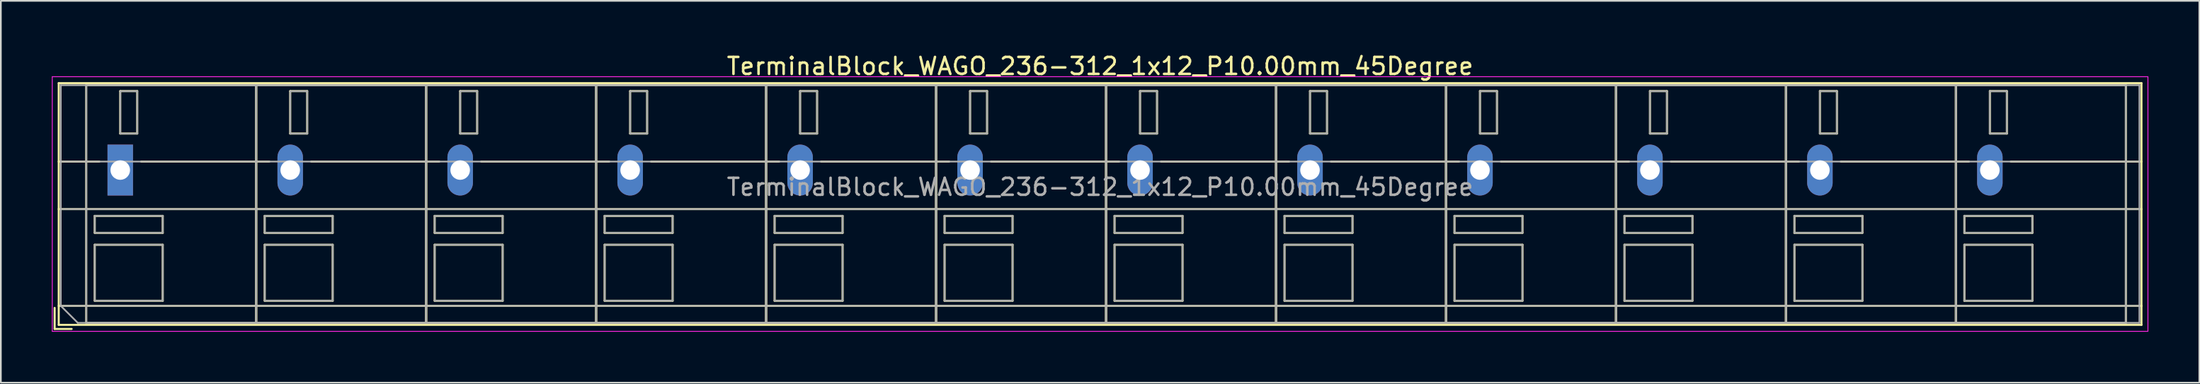
<source format=kicad_pcb>
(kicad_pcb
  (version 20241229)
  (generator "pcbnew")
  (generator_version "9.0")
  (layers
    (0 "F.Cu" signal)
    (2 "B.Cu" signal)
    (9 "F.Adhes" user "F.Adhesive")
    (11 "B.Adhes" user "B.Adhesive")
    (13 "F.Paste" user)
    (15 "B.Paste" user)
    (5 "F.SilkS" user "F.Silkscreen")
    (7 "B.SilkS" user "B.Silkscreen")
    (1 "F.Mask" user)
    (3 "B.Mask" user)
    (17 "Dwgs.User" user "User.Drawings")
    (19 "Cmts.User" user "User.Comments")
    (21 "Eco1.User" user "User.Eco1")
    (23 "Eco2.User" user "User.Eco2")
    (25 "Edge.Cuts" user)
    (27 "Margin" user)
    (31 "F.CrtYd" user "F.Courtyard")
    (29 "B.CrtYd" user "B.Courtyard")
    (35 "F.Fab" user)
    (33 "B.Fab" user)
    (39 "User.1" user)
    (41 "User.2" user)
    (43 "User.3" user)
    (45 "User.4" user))
  (footprint "TerminalBlock_WAGO_236-312_1x12_P10.00mm_45Degree"
    (layer "F.Cu")
    (at 4.025 6.968)
    (property "Reference" "TerminalBlock_WAGO_236-312_1x12_P10.00mm_45Degree" (at 57.65 -6.12 0) (layer "F.SilkS") (effects (font (size 1 1) (thickness 0.15))))
    (attr through_hole)
    (fp_line (start -3.86 8.12) (end -3.86 9.36) (stroke (width 0.12) (type solid)) (layer "F.SilkS"))
    (fp_line (start -3.86 9.36) (end -2.86 9.36) (stroke (width 0.12) (type solid)) (layer "F.SilkS"))
    (fp_line (start -3.62 -5.12) (end -3.62 9.12) (stroke (width 0.12) (type solid)) (layer "F.SilkS"))
    (fp_line (start -3.62 -5.12) (end 118.92 -5.12) (stroke (width 0.12) (type solid)) (layer "F.SilkS"))
    (fp_line (start -3.62 -0.5) (end -1.23 -0.5) (stroke (width 0.12) (type solid)) (layer "F.SilkS"))
    (fp_line (start -3.62 2.3) (end 118.92 2.3) (stroke (width 0.12) (type solid)) (layer "F.SilkS"))
    (fp_line (start -3.62 8) (end 118.92 8) (stroke (width 0.12) (type solid)) (layer "F.SilkS"))
    (fp_line (start -3.62 9.12) (end 118.92 9.12) (stroke (width 0.12) (type solid)) (layer "F.SilkS"))
    (fp_line (start -2 -5) (end -2 9) (stroke (width 0.12) (type solid)) (layer "F.SilkS"))
    (fp_line (start -2 -5) (end 8 -5) (stroke (width 0.12) (type solid)) (layer "F.SilkS"))
    (fp_line (start -2 9) (end 8 9) (stroke (width 0.12) (type solid)) (layer "F.SilkS"))
    (fp_line (start -1.5 2.7) (end -1.5 3.7) (stroke (width 0.12) (type solid)) (layer "F.SilkS"))
    (fp_line (start -1.5 2.7) (end 2.5 2.7) (stroke (width 0.12) (type solid)) (layer "F.SilkS"))
    (fp_line (start -1.5 3.7) (end 2.5 3.7) (stroke (width 0.12) (type solid)) (layer "F.SilkS"))
    (fp_line (start -1.5 4.4) (end -1.5 7.7) (stroke (width 0.12) (type solid)) (layer "F.SilkS"))
    (fp_line (start -1.5 4.4) (end 2.5 4.4) (stroke (width 0.12) (type solid)) (layer "F.SilkS"))
    (fp_line (start -1.5 7.7) (end 2.5 7.7) (stroke (width 0.12) (type solid)) (layer "F.SilkS"))
    (fp_line (start 0 -4.65) (end 0 -2.151) (stroke (width 0.12) (type solid)) (layer "F.SilkS"))
    (fp_line (start 0 -4.65) (end 1 -4.65) (stroke (width 0.12) (type solid)) (layer "F.SilkS"))
    (fp_line (start 0 -2.151) (end 1 -2.151) (stroke (width 0.12) (type solid)) (layer "F.SilkS"))
    (fp_line (start 1 -4.65) (end 1 -2.151) (stroke (width 0.12) (type solid)) (layer "F.SilkS"))
    (fp_line (start 1.23 -0.5) (end 8.77 -0.5) (stroke (width 0.12) (type solid)) (layer "F.SilkS"))
    (fp_line (start 2.5 2.7) (end 2.5 3.7) (stroke (width 0.12) (type solid)) (layer "F.SilkS"))
    (fp_line (start 2.5 4.4) (end 2.5 7.7) (stroke (width 0.12) (type solid)) (layer "F.SilkS"))
    (fp_line (start 8 -5) (end 8 9) (stroke (width 0.12) (type solid)) (layer "F.SilkS"))
    (fp_line (start 8 -5) (end 8 9) (stroke (width 0.12) (type solid)) (layer "F.SilkS"))
    (fp_line (start 8 -5) (end 18 -5) (stroke (width 0.12) (type solid)) (layer "F.SilkS"))
    (fp_line (start 8 9) (end 18 9) (stroke (width 0.12) (type solid)) (layer "F.SilkS"))
    (fp_line (start 8.5 2.7) (end 8.5 3.7) (stroke (width 0.12) (type solid)) (layer "F.SilkS"))
    (fp_line (start 8.5 2.7) (end 12.5 2.7) (stroke (width 0.12) (type solid)) (layer "F.SilkS"))
    (fp_line (start 8.5 3.7) (end 12.5 3.7) (stroke (width 0.12) (type solid)) (layer "F.SilkS"))
    (fp_line (start 8.5 4.4) (end 8.5 7.7) (stroke (width 0.12) (type solid)) (layer "F.SilkS"))
    (fp_line (start 8.5 4.4) (end 12.5 4.4) (stroke (width 0.12) (type solid)) (layer "F.SilkS"))
    (fp_line (start 8.5 7.7) (end 12.5 7.7) (stroke (width 0.12) (type solid)) (layer "F.SilkS"))
    (fp_line (start 10 -4.65) (end 10 -2.151) (stroke (width 0.12) (type solid)) (layer "F.SilkS"))
    (fp_line (start 10 -4.65) (end 11 -4.65) (stroke (width 0.12) (type solid)) (layer "F.SilkS"))
    (fp_line (start 10 -2.151) (end 11 -2.151) (stroke (width 0.12) (type solid)) (layer "F.SilkS"))
    (fp_line (start 11 -4.65) (end 11 -2.151) (stroke (width 0.12) (type solid)) (layer "F.SilkS"))
    (fp_line (start 11.23 -0.5) (end 18.77 -0.5) (stroke (width 0.12) (type solid)) (layer "F.SilkS"))
    (fp_line (start 12.5 2.7) (end 12.5 3.7) (stroke (width 0.12) (type solid)) (layer "F.SilkS"))
    (fp_line (start 12.5 4.4) (end 12.5 7.7) (stroke (width 0.12) (type solid)) (layer "F.SilkS"))
    (fp_line (start 18 -5) (end 18 9) (stroke (width 0.12) (type solid)) (layer "F.SilkS"))
    (fp_line (start 18 -5) (end 18 9) (stroke (width 0.12) (type solid)) (layer "F.SilkS"))
    (fp_line (start 18 -5) (end 28 -5) (stroke (width 0.12) (type solid)) (layer "F.SilkS"))
    (fp_line (start 18 9) (end 28 9) (stroke (width 0.12) (type solid)) (layer "F.SilkS"))
    (fp_line (start 18.5 2.7) (end 18.5 3.7) (stroke (width 0.12) (type solid)) (layer "F.SilkS"))
    (fp_line (start 18.5 2.7) (end 22.5 2.7) (stroke (width 0.12) (type solid)) (layer "F.SilkS"))
    (fp_line (start 18.5 3.7) (end 22.5 3.7) (stroke (width 0.12) (type solid)) (layer "F.SilkS"))
    (fp_line (start 18.5 4.4) (end 18.5 7.7) (stroke (width 0.12) (type solid)) (layer "F.SilkS"))
    (fp_line (start 18.5 4.4) (end 22.5 4.4) (stroke (width 0.12) (type solid)) (layer "F.SilkS"))
    (fp_line (start 18.5 7.7) (end 22.5 7.7) (stroke (width 0.12) (type solid)) (layer "F.SilkS"))
    (fp_line (start 20 -4.65) (end 20 -2.151) (stroke (width 0.12) (type solid)) (layer "F.SilkS"))
    (fp_line (start 20 -4.65) (end 21 -4.65) (stroke (width 0.12) (type solid)) (layer "F.SilkS"))
    (fp_line (start 20 -2.151) (end 21 -2.151) (stroke (width 0.12) (type solid)) (layer "F.SilkS"))
    (fp_line (start 21 -4.65) (end 21 -2.151) (stroke (width 0.12) (type solid)) (layer "F.SilkS"))
    (fp_line (start 21.23 -0.5) (end 28.77 -0.5) (stroke (width 0.12) (type solid)) (layer "F.SilkS"))
    (fp_line (start 22.5 2.7) (end 22.5 3.7) (stroke (width 0.12) (type solid)) (layer "F.SilkS"))
    (fp_line (start 22.5 4.4) (end 22.5 7.7) (stroke (width 0.12) (type solid)) (layer "F.SilkS"))
    (fp_line (start 28 -5) (end 28 9) (stroke (width 0.12) (type solid)) (layer "F.SilkS"))
    (fp_line (start 28 -5) (end 28 9) (stroke (width 0.12) (type solid)) (layer "F.SilkS"))
    (fp_line (start 28 -5) (end 38 -5) (stroke (width 0.12) (type solid)) (layer "F.SilkS"))
    (fp_line (start 28 9) (end 38 9) (stroke (width 0.12) (type solid)) (layer "F.SilkS"))
    (fp_line (start 28.5 2.7) (end 28.5 3.7) (stroke (width 0.12) (type solid)) (layer "F.SilkS"))
    (fp_line (start 28.5 2.7) (end 32.5 2.7) (stroke (width 0.12) (type solid)) (layer "F.SilkS"))
    (fp_line (start 28.5 3.7) (end 32.5 3.7) (stroke (width 0.12) (type solid)) (layer "F.SilkS"))
    (fp_line (start 28.5 4.4) (end 28.5 7.7) (stroke (width 0.12) (type solid)) (layer "F.SilkS"))
    (fp_line (start 28.5 4.4) (end 32.5 4.4) (stroke (width 0.12) (type solid)) (layer "F.SilkS"))
    (fp_line (start 28.5 7.7) (end 32.5 7.7) (stroke (width 0.12) (type solid)) (layer "F.SilkS"))
    (fp_line (start 30 -4.65) (end 30 -2.151) (stroke (width 0.12) (type solid)) (layer "F.SilkS"))
    (fp_line (start 30 -4.65) (end 31 -4.65) (stroke (width 0.12) (type solid)) (layer "F.SilkS"))
    (fp_line (start 30 -2.151) (end 31 -2.151) (stroke (width 0.12) (type solid)) (layer "F.SilkS"))
    (fp_line (start 31 -4.65) (end 31 -2.151) (stroke (width 0.12) (type solid)) (layer "F.SilkS"))
    (fp_line (start 31.23 -0.5) (end 38.77 -0.5) (stroke (width 0.12) (type solid)) (layer "F.SilkS"))
    (fp_line (start 32.5 2.7) (end 32.5 3.7) (stroke (width 0.12) (type solid)) (layer "F.SilkS"))
    (fp_line (start 32.5 4.4) (end 32.5 7.7) (stroke (width 0.12) (type solid)) (layer "F.SilkS"))
    (fp_line (start 38 -5) (end 38 9) (stroke (width 0.12) (type solid)) (layer "F.SilkS"))
    (fp_line (start 38 -5) (end 38 9) (stroke (width 0.12) (type solid)) (layer "F.SilkS"))
    (fp_line (start 38 -5) (end 48 -5) (stroke (width 0.12) (type solid)) (layer "F.SilkS"))
    (fp_line (start 38 9) (end 48 9) (stroke (width 0.12) (type solid)) (layer "F.SilkS"))
    (fp_line (start 38.5 2.7) (end 38.5 3.7) (stroke (width 0.12) (type solid)) (layer "F.SilkS"))
    (fp_line (start 38.5 2.7) (end 42.5 2.7) (stroke (width 0.12) (type solid)) (layer "F.SilkS"))
    (fp_line (start 38.5 3.7) (end 42.5 3.7) (stroke (width 0.12) (type solid)) (layer "F.SilkS"))
    (fp_line (start 38.5 4.4) (end 38.5 7.7) (stroke (width 0.12) (type solid)) (layer "F.SilkS"))
    (fp_line (start 38.5 4.4) (end 42.5 4.4) (stroke (width 0.12) (type solid)) (layer "F.SilkS"))
    (fp_line (start 38.5 7.7) (end 42.5 7.7) (stroke (width 0.12) (type solid)) (layer "F.SilkS"))
    (fp_line (start 40 -4.65) (end 40 -2.151) (stroke (width 0.12) (type solid)) (layer "F.SilkS"))
    (fp_line (start 40 -4.65) (end 41 -4.65) (stroke (width 0.12) (type solid)) (layer "F.SilkS"))
    (fp_line (start 40 -2.151) (end 41 -2.151) (stroke (width 0.12) (type solid)) (layer "F.SilkS"))
    (fp_line (start 41 -4.65) (end 41 -2.151) (stroke (width 0.12) (type solid)) (layer "F.SilkS"))
    (fp_line (start 41.23 -0.5) (end 48.77 -0.5) (stroke (width 0.12) (type solid)) (layer "F.SilkS"))
    (fp_line (start 42.5 2.7) (end 42.5 3.7) (stroke (width 0.12) (type solid)) (layer "F.SilkS"))
    (fp_line (start 42.5 4.4) (end 42.5 7.7) (stroke (width 0.12) (type solid)) (layer "F.SilkS"))
    (fp_line (start 48 -5) (end 48 9) (stroke (width 0.12) (type solid)) (layer "F.SilkS"))
    (fp_line (start 48 -5) (end 48 9) (stroke (width 0.12) (type solid)) (layer "F.SilkS"))
    (fp_line (start 48 -5) (end 58 -5) (stroke (width 0.12) (type solid)) (layer "F.SilkS"))
    (fp_line (start 48 9) (end 58 9) (stroke (width 0.12) (type solid)) (layer "F.SilkS"))
    (fp_line (start 48.5 2.7) (end 48.5 3.7) (stroke (width 0.12) (type solid)) (layer "F.SilkS"))
    (fp_line (start 48.5 2.7) (end 52.5 2.7) (stroke (width 0.12) (type solid)) (layer "F.SilkS"))
    (fp_line (start 48.5 3.7) (end 52.5 3.7) (stroke (width 0.12) (type solid)) (layer "F.SilkS"))
    (fp_line (start 48.5 4.4) (end 48.5 7.7) (stroke (width 0.12) (type solid)) (layer "F.SilkS"))
    (fp_line (start 48.5 4.4) (end 52.5 4.4) (stroke (width 0.12) (type solid)) (layer "F.SilkS"))
    (fp_line (start 48.5 7.7) (end 52.5 7.7) (stroke (width 0.12) (type solid)) (layer "F.SilkS"))
    (fp_line (start 50 -4.65) (end 50 -2.151) (stroke (width 0.12) (type solid)) (layer "F.SilkS"))
    (fp_line (start 50 -4.65) (end 51 -4.65) (stroke (width 0.12) (type solid)) (layer "F.SilkS"))
    (fp_line (start 50 -2.151) (end 51 -2.151) (stroke (width 0.12) (type solid)) (layer "F.SilkS"))
    (fp_line (start 51 -4.65) (end 51 -2.151) (stroke (width 0.12) (type solid)) (layer "F.SilkS"))
    (fp_line (start 51.23 -0.5) (end 58.77 -0.5) (stroke (width 0.12) (type solid)) (layer "F.SilkS"))
    (fp_line (start 52.5 2.7) (end 52.5 3.7) (stroke (width 0.12) (type solid)) (layer "F.SilkS"))
    (fp_line (start 52.5 4.4) (end 52.5 7.7) (stroke (width 0.12) (type solid)) (layer "F.SilkS"))
    (fp_line (start 58 -5) (end 58 9) (stroke (width 0.12) (type solid)) (layer "F.SilkS"))
    (fp_line (start 58 -5) (end 58 9) (stroke (width 0.12) (type solid)) (layer "F.SilkS"))
    (fp_line (start 58 -5) (end 68 -5) (stroke (width 0.12) (type solid)) (layer "F.SilkS"))
    (fp_line (start 58 9) (end 68 9) (stroke (width 0.12) (type solid)) (layer "F.SilkS"))
    (fp_line (start 58.5 2.7) (end 58.5 3.7) (stroke (width 0.12) (type solid)) (layer "F.SilkS"))
    (fp_line (start 58.5 2.7) (end 62.5 2.7) (stroke (width 0.12) (type solid)) (layer "F.SilkS"))
    (fp_line (start 58.5 3.7) (end 62.5 3.7) (stroke (width 0.12) (type solid)) (layer "F.SilkS"))
    (fp_line (start 58.5 4.4) (end 58.5 7.7) (stroke (width 0.12) (type solid)) (layer "F.SilkS"))
    (fp_line (start 58.5 4.4) (end 62.5 4.4) (stroke (width 0.12) (type solid)) (layer "F.SilkS"))
    (fp_line (start 58.5 7.7) (end 62.5 7.7) (stroke (width 0.12) (type solid)) (layer "F.SilkS"))
    (fp_line (start 60 -4.65) (end 60 -2.151) (stroke (width 0.12) (type solid)) (layer "F.SilkS"))
    (fp_line (start 60 -4.65) (end 61 -4.65) (stroke (width 0.12) (type solid)) (layer "F.SilkS"))
    (fp_line (start 60 -2.151) (end 61 -2.151) (stroke (width 0.12) (type solid)) (layer "F.SilkS"))
    (fp_line (start 61 -4.65) (end 61 -2.151) (stroke (width 0.12) (type solid)) (layer "F.SilkS"))
    (fp_line (start 61.23 -0.5) (end 68.77 -0.5) (stroke (width 0.12) (type solid)) (layer "F.SilkS"))
    (fp_line (start 62.5 2.7) (end 62.5 3.7) (stroke (width 0.12) (type solid)) (layer "F.SilkS"))
    (fp_line (start 62.5 4.4) (end 62.5 7.7) (stroke (width 0.12) (type solid)) (layer "F.SilkS"))
    (fp_line (start 68 -5) (end 68 9) (stroke (width 0.12) (type solid)) (layer "F.SilkS"))
    (fp_line (start 68 -5) (end 68 9) (stroke (width 0.12) (type solid)) (layer "F.SilkS"))
    (fp_line (start 68 -5) (end 78 -5) (stroke (width 0.12) (type solid)) (layer "F.SilkS"))
    (fp_line (start 68 9) (end 78 9) (stroke (width 0.12) (type solid)) (layer "F.SilkS"))
    (fp_line (start 68.5 2.7) (end 68.5 3.7) (stroke (width 0.12) (type solid)) (layer "F.SilkS"))
    (fp_line (start 68.5 2.7) (end 72.5 2.7) (stroke (width 0.12) (type solid)) (layer "F.SilkS"))
    (fp_line (start 68.5 3.7) (end 72.5 3.7) (stroke (width 0.12) (type solid)) (layer "F.SilkS"))
    (fp_line (start 68.5 4.4) (end 68.5 7.7) (stroke (width 0.12) (type solid)) (layer "F.SilkS"))
    (fp_line (start 68.5 4.4) (end 72.5 4.4) (stroke (width 0.12) (type solid)) (layer "F.SilkS"))
    (fp_line (start 68.5 7.7) (end 72.5 7.7) (stroke (width 0.12) (type solid)) (layer "F.SilkS"))
    (fp_line (start 70 -4.65) (end 70 -2.151) (stroke (width 0.12) (type solid)) (layer "F.SilkS"))
    (fp_line (start 70 -4.65) (end 71 -4.65) (stroke (width 0.12) (type solid)) (layer "F.SilkS"))
    (fp_line (start 70 -2.151) (end 71 -2.151) (stroke (width 0.12) (type solid)) (layer "F.SilkS"))
    (fp_line (start 71 -4.65) (end 71 -2.151) (stroke (width 0.12) (type solid)) (layer "F.SilkS"))
    (fp_line (start 71.23 -0.5) (end 78.77 -0.5) (stroke (width 0.12) (type solid)) (layer "F.SilkS"))
    (fp_line (start 72.5 2.7) (end 72.5 3.7) (stroke (width 0.12) (type solid)) (layer "F.SilkS"))
    (fp_line (start 72.5 4.4) (end 72.5 7.7) (stroke (width 0.12) (type solid)) (layer "F.SilkS"))
    (fp_line (start 78 -5) (end 78 9) (stroke (width 0.12) (type solid)) (layer "F.SilkS"))
    (fp_line (start 78 -5) (end 78 9) (stroke (width 0.12) (type solid)) (layer "F.SilkS"))
    (fp_line (start 78 -5) (end 88 -5) (stroke (width 0.12) (type solid)) (layer "F.SilkS"))
    (fp_line (start 78 9) (end 88 9) (stroke (width 0.12) (type solid)) (layer "F.SilkS"))
    (fp_line (start 78.5 2.7) (end 78.5 3.7) (stroke (width 0.12) (type solid)) (layer "F.SilkS"))
    (fp_line (start 78.5 2.7) (end 82.5 2.7) (stroke (width 0.12) (type solid)) (layer "F.SilkS"))
    (fp_line (start 78.5 3.7) (end 82.5 3.7) (stroke (width 0.12) (type solid)) (layer "F.SilkS"))
    (fp_line (start 78.5 4.4) (end 78.5 7.7) (stroke (width 0.12) (type solid)) (layer "F.SilkS"))
    (fp_line (start 78.5 4.4) (end 82.5 4.4) (stroke (width 0.12) (type solid)) (layer "F.SilkS"))
    (fp_line (start 78.5 7.7) (end 82.5 7.7) (stroke (width 0.12) (type solid)) (layer "F.SilkS"))
    (fp_line (start 80 -4.65) (end 80 -2.151) (stroke (width 0.12) (type solid)) (layer "F.SilkS"))
    (fp_line (start 80 -4.65) (end 81 -4.65) (stroke (width 0.12) (type solid)) (layer "F.SilkS"))
    (fp_line (start 80 -2.151) (end 81 -2.151) (stroke (width 0.12) (type solid)) (layer "F.SilkS"))
    (fp_line (start 81 -4.65) (end 81 -2.151) (stroke (width 0.12) (type solid)) (layer "F.SilkS"))
    (fp_line (start 81.23 -0.5) (end 88.77 -0.5) (stroke (width 0.12) (type solid)) (layer "F.SilkS"))
    (fp_line (start 82.5 2.7) (end 82.5 3.7) (stroke (width 0.12) (type solid)) (layer "F.SilkS"))
    (fp_line (start 82.5 4.4) (end 82.5 7.7) (stroke (width 0.12) (type solid)) (layer "F.SilkS"))
    (fp_line (start 88 -5) (end 88 9) (stroke (width 0.12) (type solid)) (layer "F.SilkS"))
    (fp_line (start 88 -5) (end 88 9) (stroke (width 0.12) (type solid)) (layer "F.SilkS"))
    (fp_line (start 88 -5) (end 98 -5) (stroke (width 0.12) (type solid)) (layer "F.SilkS"))
    (fp_line (start 88 9) (end 98 9) (stroke (width 0.12) (type solid)) (layer "F.SilkS"))
    (fp_line (start 88.5 2.7) (end 88.5 3.7) (stroke (width 0.12) (type solid)) (layer "F.SilkS"))
    (fp_line (start 88.5 2.7) (end 92.5 2.7) (stroke (width 0.12) (type solid)) (layer "F.SilkS"))
    (fp_line (start 88.5 3.7) (end 92.5 3.7) (stroke (width 0.12) (type solid)) (layer "F.SilkS"))
    (fp_line (start 88.5 4.4) (end 88.5 7.7) (stroke (width 0.12) (type solid)) (layer "F.SilkS"))
    (fp_line (start 88.5 4.4) (end 92.5 4.4) (stroke (width 0.12) (type solid)) (layer "F.SilkS"))
    (fp_line (start 88.5 7.7) (end 92.5 7.7) (stroke (width 0.12) (type solid)) (layer "F.SilkS"))
    (fp_line (start 90 -4.65) (end 90 -2.151) (stroke (width 0.12) (type solid)) (layer "F.SilkS"))
    (fp_line (start 90 -4.65) (end 91 -4.65) (stroke (width 0.12) (type solid)) (layer "F.SilkS"))
    (fp_line (start 90 -2.151) (end 91 -2.151) (stroke (width 0.12) (type solid)) (layer "F.SilkS"))
    (fp_line (start 91 -4.65) (end 91 -2.151) (stroke (width 0.12) (type solid)) (layer "F.SilkS"))
    (fp_line (start 91.23 -0.5) (end 98.77 -0.5) (stroke (width 0.12) (type solid)) (layer "F.SilkS"))
    (fp_line (start 92.5 2.7) (end 92.5 3.7) (stroke (width 0.12) (type solid)) (layer "F.SilkS"))
    (fp_line (start 92.5 4.4) (end 92.5 7.7) (stroke (width 0.12) (type solid)) (layer "F.SilkS"))
    (fp_line (start 98 -5) (end 98 9) (stroke (width 0.12) (type solid)) (layer "F.SilkS"))
    (fp_line (start 98 -5) (end 98 9) (stroke (width 0.12) (type solid)) (layer "F.SilkS"))
    (fp_line (start 98 -5) (end 108 -5) (stroke (width 0.12) (type solid)) (layer "F.SilkS"))
    (fp_line (start 98 9) (end 108 9) (stroke (width 0.12) (type solid)) (layer "F.SilkS"))
    (fp_line (start 98.5 2.7) (end 98.5 3.7) (stroke (width 0.12) (type solid)) (layer "F.SilkS"))
    (fp_line (start 98.5 2.7) (end 102.5 2.7) (stroke (width 0.12) (type solid)) (layer "F.SilkS"))
    (fp_line (start 98.5 3.7) (end 102.5 3.7) (stroke (width 0.12) (type solid)) (layer "F.SilkS"))
    (fp_line (start 98.5 4.4) (end 98.5 7.7) (stroke (width 0.12) (type solid)) (layer "F.SilkS"))
    (fp_line (start 98.5 4.4) (end 102.5 4.4) (stroke (width 0.12) (type solid)) (layer "F.SilkS"))
    (fp_line (start 98.5 7.7) (end 102.5 7.7) (stroke (width 0.12) (type solid)) (layer "F.SilkS"))
    (fp_line (start 100 -4.65) (end 100 -2.151) (stroke (width 0.12) (type solid)) (layer "F.SilkS"))
    (fp_line (start 100 -4.65) (end 101 -4.65) (stroke (width 0.12) (type solid)) (layer "F.SilkS"))
    (fp_line (start 100 -2.151) (end 101 -2.151) (stroke (width 0.12) (type solid)) (layer "F.SilkS"))
    (fp_line (start 101 -4.65) (end 101 -2.151) (stroke (width 0.12) (type solid)) (layer "F.SilkS"))
    (fp_line (start 101.23 -0.5) (end 108.77 -0.5) (stroke (width 0.12) (type solid)) (layer "F.SilkS"))
    (fp_line (start 102.5 2.7) (end 102.5 3.7) (stroke (width 0.12) (type solid)) (layer "F.SilkS"))
    (fp_line (start 102.5 4.4) (end 102.5 7.7) (stroke (width 0.12) (type solid)) (layer "F.SilkS"))
    (fp_line (start 108 -5) (end 108 9) (stroke (width 0.12) (type solid)) (layer "F.SilkS"))
    (fp_line (start 108 -5) (end 108 9) (stroke (width 0.12) (type solid)) (layer "F.SilkS"))
    (fp_line (start 108 -5) (end 118 -5) (stroke (width 0.12) (type solid)) (layer "F.SilkS"))
    (fp_line (start 108 9) (end 118 9) (stroke (width 0.12) (type solid)) (layer "F.SilkS"))
    (fp_line (start 108.5 2.7) (end 108.5 3.7) (stroke (width 0.12) (type solid)) (layer "F.SilkS"))
    (fp_line (start 108.5 2.7) (end 112.5 2.7) (stroke (width 0.12) (type solid)) (layer "F.SilkS"))
    (fp_line (start 108.5 3.7) (end 112.5 3.7) (stroke (width 0.12) (type solid)) (layer "F.SilkS"))
    (fp_line (start 108.5 4.4) (end 108.5 7.7) (stroke (width 0.12) (type solid)) (layer "F.SilkS"))
    (fp_line (start 108.5 4.4) (end 112.5 4.4) (stroke (width 0.12) (type solid)) (layer "F.SilkS"))
    (fp_line (start 108.5 7.7) (end 112.5 7.7) (stroke (width 0.12) (type solid)) (layer "F.SilkS"))
    (fp_line (start 110 -4.65) (end 110 -2.151) (stroke (width 0.12) (type solid)) (layer "F.SilkS"))
    (fp_line (start 110 -4.65) (end 111 -4.65) (stroke (width 0.12) (type solid)) (layer "F.SilkS"))
    (fp_line (start 110 -2.151) (end 111 -2.151) (stroke (width 0.12) (type solid)) (layer "F.SilkS"))
    (fp_line (start 111 -4.65) (end 111 -2.151) (stroke (width 0.12) (type solid)) (layer "F.SilkS"))
    (fp_line (start 111.23 -0.5) (end 118.92 -0.5) (stroke (width 0.12) (type solid)) (layer "F.SilkS"))
    (fp_line (start 112.5 2.7) (end 112.5 3.7) (stroke (width 0.12) (type solid)) (layer "F.SilkS"))
    (fp_line (start 112.5 4.4) (end 112.5 7.7) (stroke (width 0.12) (type solid)) (layer "F.SilkS"))
    (fp_line (start 118 -5) (end 118 9) (stroke (width 0.12) (type solid)) (layer "F.SilkS"))
    (fp_line (start 118.92 -5.12) (end 118.92 9.12) (stroke (width 0.12) (type solid)) (layer "F.SilkS"))
    (fp_line (start -4 -5.5) (end -4 9.5) (stroke (width 0.05) (type solid)) (layer "F.CrtYd"))
    (fp_line (start -4 9.5) (end 119.3 9.5) (stroke (width 0.05) (type solid)) (layer "F.CrtYd"))
    (fp_line (start 119.3 -5.5) (end -4 -5.5) (stroke (width 0.05) (type solid)) (layer "F.CrtYd"))
    (fp_line (start 119.3 9.5) (end 119.3 -5.5) (stroke (width 0.05) (type solid)) (layer "F.CrtYd"))
    (fp_line (start -3.5 -5) (end 118.8 -5) (stroke (width 0.1) (type solid)) (layer "F.Fab"))
    (fp_line (start -3.5 -0.5) (end 118.8 -0.5) (stroke (width 0.1) (type solid)) (layer "F.Fab"))
    (fp_line (start -3.5 2.3) (end 118.8 2.3) (stroke (width 0.1) (type solid)) (layer "F.Fab"))
    (fp_line (start -3.5 8) (end -3.5 -5) (stroke (width 0.1) (type solid)) (layer "F.Fab"))
    (fp_line (start -3.5 8) (end 118.8 8) (stroke (width 0.1) (type solid)) (layer "F.Fab"))
    (fp_line (start -2.5 9) (end -3.5 8) (stroke (width 0.1) (type solid)) (layer "F.Fab"))
    (fp_line (start -2 -5) (end -2 9) (stroke (width 0.1) (type solid)) (layer "F.Fab"))
    (fp_line (start -2 9) (end 8 9) (stroke (width 0.1) (type solid)) (layer "F.Fab"))
    (fp_line (start -1.5 2.7) (end -1.5 3.7) (stroke (width 0.1) (type solid)) (layer "F.Fab"))
    (fp_line (start -1.5 3.7) (end 2.5 3.7) (stroke (width 0.1) (type solid)) (layer "F.Fab"))
    (fp_line (start -1.5 4.4) (end -1.5 7.7) (stroke (width 0.1) (type solid)) (layer "F.Fab"))
    (fp_line (start -1.5 7.7) (end 2.5 7.7) (stroke (width 0.1) (type solid)) (layer "F.Fab"))
    (fp_line (start 0 -4.65) (end 0 -2.15) (stroke (width 0.1) (type solid)) (layer "F.Fab"))
    (fp_line (start 0 -2.15) (end 1 -2.15) (stroke (width 0.1) (type solid)) (layer "F.Fab"))
    (fp_line (start 1 -4.65) (end 0 -4.65) (stroke (width 0.1) (type solid)) (layer "F.Fab"))
    (fp_line (start 1 -2.15) (end 1 -4.65) (stroke (width 0.1) (type solid)) (layer "F.Fab"))
    (fp_line (start 2.5 2.7) (end -1.5 2.7) (stroke (width 0.1) (type solid)) (layer "F.Fab"))
    (fp_line (start 2.5 3.7) (end 2.5 2.7) (stroke (width 0.1) (type solid)) (layer "F.Fab"))
    (fp_line (start 2.5 4.4) (end -1.5 4.4) (stroke (width 0.1) (type solid)) (layer "F.Fab"))
    (fp_line (start 2.5 7.7) (end 2.5 4.4) (stroke (width 0.1) (type solid)) (layer "F.Fab"))
    (fp_line (start 8 -5) (end -2 -5) (stroke (width 0.1) (type solid)) (layer "F.Fab"))
    (fp_line (start 8 -5) (end 8 9) (stroke (width 0.1) (type solid)) (layer "F.Fab"))
    (fp_line (start 8 9) (end 8 -5) (stroke (width 0.1) (type solid)) (layer "F.Fab"))
    (fp_line (start 8 9) (end 18 9) (stroke (width 0.1) (type solid)) (layer "F.Fab"))
    (fp_line (start 8.5 2.7) (end 8.5 3.7) (stroke (width 0.1) (type solid)) (layer "F.Fab"))
    (fp_line (start 8.5 3.7) (end 12.5 3.7) (stroke (width 0.1) (type solid)) (layer "F.Fab"))
    (fp_line (start 8.5 4.4) (end 8.5 7.7) (stroke (width 0.1) (type solid)) (layer "F.Fab"))
    (fp_line (start 8.5 7.7) (end 12.5 7.7) (stroke (width 0.1) (type solid)) (layer "F.Fab"))
    (fp_line (start 10 -4.65) (end 10 -2.15) (stroke (width 0.1) (type solid)) (layer "F.Fab"))
    (fp_line (start 10 -2.15) (end 11 -2.15) (stroke (width 0.1) (type solid)) (layer "F.Fab"))
    (fp_line (start 11 -4.65) (end 10 -4.65) (stroke (width 0.1) (type solid)) (layer "F.Fab"))
    (fp_line (start 11 -2.15) (end 11 -4.65) (stroke (width 0.1) (type solid)) (layer "F.Fab"))
    (fp_line (start 12.5 2.7) (end 8.5 2.7) (stroke (width 0.1) (type solid)) (layer "F.Fab"))
    (fp_line (start 12.5 3.7) (end 12.5 2.7) (stroke (width 0.1) (type solid)) (layer "F.Fab"))
    (fp_line (start 12.5 4.4) (end 8.5 4.4) (stroke (width 0.1) (type solid)) (layer "F.Fab"))
    (fp_line (start 12.5 7.7) (end 12.5 4.4) (stroke (width 0.1) (type solid)) (layer "F.Fab"))
    (fp_line (start 18 -5) (end 8 -5) (stroke (width 0.1) (type solid)) (layer "F.Fab"))
    (fp_line (start 18 -5) (end 18 9) (stroke (width 0.1) (type solid)) (layer "F.Fab"))
    (fp_line (start 18 9) (end 18 -5) (stroke (width 0.1) (type solid)) (layer "F.Fab"))
    (fp_line (start 18 9) (end 28 9) (stroke (width 0.1) (type solid)) (layer "F.Fab"))
    (fp_line (start 18.5 2.7) (end 18.5 3.7) (stroke (width 0.1) (type solid)) (layer "F.Fab"))
    (fp_line (start 18.5 3.7) (end 22.5 3.7) (stroke (width 0.1) (type solid)) (layer "F.Fab"))
    (fp_line (start 18.5 4.4) (end 18.5 7.7) (stroke (width 0.1) (type solid)) (layer "F.Fab"))
    (fp_line (start 18.5 7.7) (end 22.5 7.7) (stroke (width 0.1) (type solid)) (layer "F.Fab"))
    (fp_line (start 20 -4.65) (end 20 -2.15) (stroke (width 0.1) (type solid)) (layer "F.Fab"))
    (fp_line (start 20 -2.15) (end 21 -2.15) (stroke (width 0.1) (type solid)) (layer "F.Fab"))
    (fp_line (start 21 -4.65) (end 20 -4.65) (stroke (width 0.1) (type solid)) (layer "F.Fab"))
    (fp_line (start 21 -2.15) (end 21 -4.65) (stroke (width 0.1) (type solid)) (layer "F.Fab"))
    (fp_line (start 22.5 2.7) (end 18.5 2.7) (stroke (width 0.1) (type solid)) (layer "F.Fab"))
    (fp_line (start 22.5 3.7) (end 22.5 2.7) (stroke (width 0.1) (type solid)) (layer "F.Fab"))
    (fp_line (start 22.5 4.4) (end 18.5 4.4) (stroke (width 0.1) (type solid)) (layer "F.Fab"))
    (fp_line (start 22.5 7.7) (end 22.5 4.4) (stroke (width 0.1) (type solid)) (layer "F.Fab"))
    (fp_line (start 28 -5) (end 18 -5) (stroke (width 0.1) (type solid)) (layer "F.Fab"))
    (fp_line (start 28 -5) (end 28 9) (stroke (width 0.1) (type solid)) (layer "F.Fab"))
    (fp_line (start 28 9) (end 28 -5) (stroke (width 0.1) (type solid)) (layer "F.Fab"))
    (fp_line (start 28 9) (end 38 9) (stroke (width 0.1) (type solid)) (layer "F.Fab"))
    (fp_line (start 28.5 2.7) (end 28.5 3.7) (stroke (width 0.1) (type solid)) (layer "F.Fab"))
    (fp_line (start 28.5 3.7) (end 32.5 3.7) (stroke (width 0.1) (type solid)) (layer "F.Fab"))
    (fp_line (start 28.5 4.4) (end 28.5 7.7) (stroke (width 0.1) (type solid)) (layer "F.Fab"))
    (fp_line (start 28.5 7.7) (end 32.5 7.7) (stroke (width 0.1) (type solid)) (layer "F.Fab"))
    (fp_line (start 30 -4.65) (end 30 -2.15) (stroke (width 0.1) (type solid)) (layer "F.Fab"))
    (fp_line (start 30 -2.15) (end 31 -2.15) (stroke (width 0.1) (type solid)) (layer "F.Fab"))
    (fp_line (start 31 -4.65) (end 30 -4.65) (stroke (width 0.1) (type solid)) (layer "F.Fab"))
    (fp_line (start 31 -2.15) (end 31 -4.65) (stroke (width 0.1) (type solid)) (layer "F.Fab"))
    (fp_line (start 32.5 2.7) (end 28.5 2.7) (stroke (width 0.1) (type solid)) (layer "F.Fab"))
    (fp_line (start 32.5 3.7) (end 32.5 2.7) (stroke (width 0.1) (type solid)) (layer "F.Fab"))
    (fp_line (start 32.5 4.4) (end 28.5 4.4) (stroke (width 0.1) (type solid)) (layer "F.Fab"))
    (fp_line (start 32.5 7.7) (end 32.5 4.4) (stroke (width 0.1) (type solid)) (layer "F.Fab"))
    (fp_line (start 38 -5) (end 28 -5) (stroke (width 0.1) (type solid)) (layer "F.Fab"))
    (fp_line (start 38 -5) (end 38 9) (stroke (width 0.1) (type solid)) (layer "F.Fab"))
    (fp_line (start 38 9) (end 38 -5) (stroke (width 0.1) (type solid)) (layer "F.Fab"))
    (fp_line (start 38 9) (end 48 9) (stroke (width 0.1) (type solid)) (layer "F.Fab"))
    (fp_line (start 38.5 2.7) (end 38.5 3.7) (stroke (width 0.1) (type solid)) (layer "F.Fab"))
    (fp_line (start 38.5 3.7) (end 42.5 3.7) (stroke (width 0.1) (type solid)) (layer "F.Fab"))
    (fp_line (start 38.5 4.4) (end 38.5 7.7) (stroke (width 0.1) (type solid)) (layer "F.Fab"))
    (fp_line (start 38.5 7.7) (end 42.5 7.7) (stroke (width 0.1) (type solid)) (layer "F.Fab"))
    (fp_line (start 40 -4.65) (end 40 -2.15) (stroke (width 0.1) (type solid)) (layer "F.Fab"))
    (fp_line (start 40 -2.15) (end 41 -2.15) (stroke (width 0.1) (type solid)) (layer "F.Fab"))
    (fp_line (start 41 -4.65) (end 40 -4.65) (stroke (width 0.1) (type solid)) (layer "F.Fab"))
    (fp_line (start 41 -2.15) (end 41 -4.65) (stroke (width 0.1) (type solid)) (layer "F.Fab"))
    (fp_line (start 42.5 2.7) (end 38.5 2.7) (stroke (width 0.1) (type solid)) (layer "F.Fab"))
    (fp_line (start 42.5 3.7) (end 42.5 2.7) (stroke (width 0.1) (type solid)) (layer "F.Fab"))
    (fp_line (start 42.5 4.4) (end 38.5 4.4) (stroke (width 0.1) (type solid)) (layer "F.Fab"))
    (fp_line (start 42.5 7.7) (end 42.5 4.4) (stroke (width 0.1) (type solid)) (layer "F.Fab"))
    (fp_line (start 48 -5) (end 38 -5) (stroke (width 0.1) (type solid)) (layer "F.Fab"))
    (fp_line (start 48 -5) (end 48 9) (stroke (width 0.1) (type solid)) (layer "F.Fab"))
    (fp_line (start 48 9) (end 48 -5) (stroke (width 0.1) (type solid)) (layer "F.Fab"))
    (fp_line (start 48 9) (end 58 9) (stroke (width 0.1) (type solid)) (layer "F.Fab"))
    (fp_line (start 48.5 2.7) (end 48.5 3.7) (stroke (width 0.1) (type solid)) (layer "F.Fab"))
    (fp_line (start 48.5 3.7) (end 52.5 3.7) (stroke (width 0.1) (type solid)) (layer "F.Fab"))
    (fp_line (start 48.5 4.4) (end 48.5 7.7) (stroke (width 0.1) (type solid)) (layer "F.Fab"))
    (fp_line (start 48.5 7.7) (end 52.5 7.7) (stroke (width 0.1) (type solid)) (layer "F.Fab"))
    (fp_line (start 50 -4.65) (end 50 -2.15) (stroke (width 0.1) (type solid)) (layer "F.Fab"))
    (fp_line (start 50 -2.15) (end 51 -2.15) (stroke (width 0.1) (type solid)) (layer "F.Fab"))
    (fp_line (start 51 -4.65) (end 50 -4.65) (stroke (width 0.1) (type solid)) (layer "F.Fab"))
    (fp_line (start 51 -2.15) (end 51 -4.65) (stroke (width 0.1) (type solid)) (layer "F.Fab"))
    (fp_line (start 52.5 2.7) (end 48.5 2.7) (stroke (width 0.1) (type solid)) (layer "F.Fab"))
    (fp_line (start 52.5 3.7) (end 52.5 2.7) (stroke (width 0.1) (type solid)) (layer "F.Fab"))
    (fp_line (start 52.5 4.4) (end 48.5 4.4) (stroke (width 0.1) (type solid)) (layer "F.Fab"))
    (fp_line (start 52.5 7.7) (end 52.5 4.4) (stroke (width 0.1) (type solid)) (layer "F.Fab"))
    (fp_line (start 58 -5) (end 48 -5) (stroke (width 0.1) (type solid)) (layer "F.Fab"))
    (fp_line (start 58 -5) (end 58 9) (stroke (width 0.1) (type solid)) (layer "F.Fab"))
    (fp_line (start 58 9) (end 58 -5) (stroke (width 0.1) (type solid)) (layer "F.Fab"))
    (fp_line (start 58 9) (end 68 9) (stroke (width 0.1) (type solid)) (layer "F.Fab"))
    (fp_line (start 58.5 2.7) (end 58.5 3.7) (stroke (width 0.1) (type solid)) (layer "F.Fab"))
    (fp_line (start 58.5 3.7) (end 62.5 3.7) (stroke (width 0.1) (type solid)) (layer "F.Fab"))
    (fp_line (start 58.5 4.4) (end 58.5 7.7) (stroke (width 0.1) (type solid)) (layer "F.Fab"))
    (fp_line (start 58.5 7.7) (end 62.5 7.7) (stroke (width 0.1) (type solid)) (layer "F.Fab"))
    (fp_line (start 60 -4.65) (end 60 -2.15) (stroke (width 0.1) (type solid)) (layer "F.Fab"))
    (fp_line (start 60 -2.15) (end 61 -2.15) (stroke (width 0.1) (type solid)) (layer "F.Fab"))
    (fp_line (start 61 -4.65) (end 60 -4.65) (stroke (width 0.1) (type solid)) (layer "F.Fab"))
    (fp_line (start 61 -2.15) (end 61 -4.65) (stroke (width 0.1) (type solid)) (layer "F.Fab"))
    (fp_line (start 62.5 2.7) (end 58.5 2.7) (stroke (width 0.1) (type solid)) (layer "F.Fab"))
    (fp_line (start 62.5 3.7) (end 62.5 2.7) (stroke (width 0.1) (type solid)) (layer "F.Fab"))
    (fp_line (start 62.5 4.4) (end 58.5 4.4) (stroke (width 0.1) (type solid)) (layer "F.Fab"))
    (fp_line (start 62.5 7.7) (end 62.5 4.4) (stroke (width 0.1) (type solid)) (layer "F.Fab"))
    (fp_line (start 68 -5) (end 58 -5) (stroke (width 0.1) (type solid)) (layer "F.Fab"))
    (fp_line (start 68 -5) (end 68 9) (stroke (width 0.1) (type solid)) (layer "F.Fab"))
    (fp_line (start 68 9) (end 68 -5) (stroke (width 0.1) (type solid)) (layer "F.Fab"))
    (fp_line (start 68 9) (end 78 9) (stroke (width 0.1) (type solid)) (layer "F.Fab"))
    (fp_line (start 68.5 2.7) (end 68.5 3.7) (stroke (width 0.1) (type solid)) (layer "F.Fab"))
    (fp_line (start 68.5 3.7) (end 72.5 3.7) (stroke (width 0.1) (type solid)) (layer "F.Fab"))
    (fp_line (start 68.5 4.4) (end 68.5 7.7) (stroke (width 0.1) (type solid)) (layer "F.Fab"))
    (fp_line (start 68.5 7.7) (end 72.5 7.7) (stroke (width 0.1) (type solid)) (layer "F.Fab"))
    (fp_line (start 70 -4.65) (end 70 -2.15) (stroke (width 0.1) (type solid)) (layer "F.Fab"))
    (fp_line (start 70 -2.15) (end 71 -2.15) (stroke (width 0.1) (type solid)) (layer "F.Fab"))
    (fp_line (start 71 -4.65) (end 70 -4.65) (stroke (width 0.1) (type solid)) (layer "F.Fab"))
    (fp_line (start 71 -2.15) (end 71 -4.65) (stroke (width 0.1) (type solid)) (layer "F.Fab"))
    (fp_line (start 72.5 2.7) (end 68.5 2.7) (stroke (width 0.1) (type solid)) (layer "F.Fab"))
    (fp_line (start 72.5 3.7) (end 72.5 2.7) (stroke (width 0.1) (type solid)) (layer "F.Fab"))
    (fp_line (start 72.5 4.4) (end 68.5 4.4) (stroke (width 0.1) (type solid)) (layer "F.Fab"))
    (fp_line (start 72.5 7.7) (end 72.5 4.4) (stroke (width 0.1) (type solid)) (layer "F.Fab"))
    (fp_line (start 78 -5) (end 68 -5) (stroke (width 0.1) (type solid)) (layer "F.Fab"))
    (fp_line (start 78 -5) (end 78 9) (stroke (width 0.1) (type solid)) (layer "F.Fab"))
    (fp_line (start 78 9) (end 78 -5) (stroke (width 0.1) (type solid)) (layer "F.Fab"))
    (fp_line (start 78 9) (end 88 9) (stroke (width 0.1) (type solid)) (layer "F.Fab"))
    (fp_line (start 78.5 2.7) (end 78.5 3.7) (stroke (width 0.1) (type solid)) (layer "F.Fab"))
    (fp_line (start 78.5 3.7) (end 82.5 3.7) (stroke (width 0.1) (type solid)) (layer "F.Fab"))
    (fp_line (start 78.5 4.4) (end 78.5 7.7) (stroke (width 0.1) (type solid)) (layer "F.Fab"))
    (fp_line (start 78.5 7.7) (end 82.5 7.7) (stroke (width 0.1) (type solid)) (layer "F.Fab"))
    (fp_line (start 80 -4.65) (end 80 -2.15) (stroke (width 0.1) (type solid)) (layer "F.Fab"))
    (fp_line (start 80 -2.15) (end 81 -2.15) (stroke (width 0.1) (type solid)) (layer "F.Fab"))
    (fp_line (start 81 -4.65) (end 80 -4.65) (stroke (width 0.1) (type solid)) (layer "F.Fab"))
    (fp_line (start 81 -2.15) (end 81 -4.65) (stroke (width 0.1) (type solid)) (layer "F.Fab"))
    (fp_line (start 82.5 2.7) (end 78.5 2.7) (stroke (width 0.1) (type solid)) (layer "F.Fab"))
    (fp_line (start 82.5 3.7) (end 82.5 2.7) (stroke (width 0.1) (type solid)) (layer "F.Fab"))
    (fp_line (start 82.5 4.4) (end 78.5 4.4) (stroke (width 0.1) (type solid)) (layer "F.Fab"))
    (fp_line (start 82.5 7.7) (end 82.5 4.4) (stroke (width 0.1) (type solid)) (layer "F.Fab"))
    (fp_line (start 88 -5) (end 78 -5) (stroke (width 0.1) (type solid)) (layer "F.Fab"))
    (fp_line (start 88 -5) (end 88 9) (stroke (width 0.1) (type solid)) (layer "F.Fab"))
    (fp_line (start 88 9) (end 88 -5) (stroke (width 0.1) (type solid)) (layer "F.Fab"))
    (fp_line (start 88 9) (end 98 9) (stroke (width 0.1) (type solid)) (layer "F.Fab"))
    (fp_line (start 88.5 2.7) (end 88.5 3.7) (stroke (width 0.1) (type solid)) (layer "F.Fab"))
    (fp_line (start 88.5 3.7) (end 92.5 3.7) (stroke (width 0.1) (type solid)) (layer "F.Fab"))
    (fp_line (start 88.5 4.4) (end 88.5 7.7) (stroke (width 0.1) (type solid)) (layer "F.Fab"))
    (fp_line (start 88.5 7.7) (end 92.5 7.7) (stroke (width 0.1) (type solid)) (layer "F.Fab"))
    (fp_line (start 90 -4.65) (end 90 -2.15) (stroke (width 0.1) (type solid)) (layer "F.Fab"))
    (fp_line (start 90 -2.15) (end 91 -2.15) (stroke (width 0.1) (type solid)) (layer "F.Fab"))
    (fp_line (start 91 -4.65) (end 90 -4.65) (stroke (width 0.1) (type solid)) (layer "F.Fab"))
    (fp_line (start 91 -2.15) (end 91 -4.65) (stroke (width 0.1) (type solid)) (layer "F.Fab"))
    (fp_line (start 92.5 2.7) (end 88.5 2.7) (stroke (width 0.1) (type solid)) (layer "F.Fab"))
    (fp_line (start 92.5 3.7) (end 92.5 2.7) (stroke (width 0.1) (type solid)) (layer "F.Fab"))
    (fp_line (start 92.5 4.4) (end 88.5 4.4) (stroke (width 0.1) (type solid)) (layer "F.Fab"))
    (fp_line (start 92.5 7.7) (end 92.5 4.4) (stroke (width 0.1) (type solid)) (layer "F.Fab"))
    (fp_line (start 98 -5) (end 88 -5) (stroke (width 0.1) (type solid)) (layer "F.Fab"))
    (fp_line (start 98 -5) (end 98 9) (stroke (width 0.1) (type solid)) (layer "F.Fab"))
    (fp_line (start 98 9) (end 98 -5) (stroke (width 0.1) (type solid)) (layer "F.Fab"))
    (fp_line (start 98 9) (end 108 9) (stroke (width 0.1) (type solid)) (layer "F.Fab"))
    (fp_line (start 98.5 2.7) (end 98.5 3.7) (stroke (width 0.1) (type solid)) (layer "F.Fab"))
    (fp_line (start 98.5 3.7) (end 102.5 3.7) (stroke (width 0.1) (type solid)) (layer "F.Fab"))
    (fp_line (start 98.5 4.4) (end 98.5 7.7) (stroke (width 0.1) (type solid)) (layer "F.Fab"))
    (fp_line (start 98.5 7.7) (end 102.5 7.7) (stroke (width 0.1) (type solid)) (layer "F.Fab"))
    (fp_line (start 100 -4.65) (end 100 -2.15) (stroke (width 0.1) (type solid)) (layer "F.Fab"))
    (fp_line (start 100 -2.15) (end 101 -2.15) (stroke (width 0.1) (type solid)) (layer "F.Fab"))
    (fp_line (start 101 -4.65) (end 100 -4.65) (stroke (width 0.1) (type solid)) (layer "F.Fab"))
    (fp_line (start 101 -2.15) (end 101 -4.65) (stroke (width 0.1) (type solid)) (layer "F.Fab"))
    (fp_line (start 102.5 2.7) (end 98.5 2.7) (stroke (width 0.1) (type solid)) (layer "F.Fab"))
    (fp_line (start 102.5 3.7) (end 102.5 2.7) (stroke (width 0.1) (type solid)) (layer "F.Fab"))
    (fp_line (start 102.5 4.4) (end 98.5 4.4) (stroke (width 0.1) (type solid)) (layer "F.Fab"))
    (fp_line (start 102.5 7.7) (end 102.5 4.4) (stroke (width 0.1) (type solid)) (layer "F.Fab"))
    (fp_line (start 108 -5) (end 98 -5) (stroke (width 0.1) (type solid)) (layer "F.Fab"))
    (fp_line (start 108 -5) (end 108 9) (stroke (width 0.1) (type solid)) (layer "F.Fab"))
    (fp_line (start 108 9) (end 108 -5) (stroke (width 0.1) (type solid)) (layer "F.Fab"))
    (fp_line (start 108 9) (end 118 9) (stroke (width 0.1) (type solid)) (layer "F.Fab"))
    (fp_line (start 108.5 2.7) (end 108.5 3.7) (stroke (width 0.1) (type solid)) (layer "F.Fab"))
    (fp_line (start 108.5 3.7) (end 112.5 3.7) (stroke (width 0.1) (type solid)) (layer "F.Fab"))
    (fp_line (start 108.5 4.4) (end 108.5 7.7) (stroke (width 0.1) (type solid)) (layer "F.Fab"))
    (fp_line (start 108.5 7.7) (end 112.5 7.7) (stroke (width 0.1) (type solid)) (layer "F.Fab"))
    (fp_line (start 110 -4.65) (end 110 -2.15) (stroke (width 0.1) (type solid)) (layer "F.Fab"))
    (fp_line (start 110 -2.15) (end 111 -2.15) (stroke (width 0.1) (type solid)) (layer "F.Fab"))
    (fp_line (start 111 -4.65) (end 110 -4.65) (stroke (width 0.1) (type solid)) (layer "F.Fab"))
    (fp_line (start 111 -2.15) (end 111 -4.65) (stroke (width 0.1) (type solid)) (layer "F.Fab"))
    (fp_line (start 112.5 2.7) (end 108.5 2.7) (stroke (width 0.1) (type solid)) (layer "F.Fab"))
    (fp_line (start 112.5 3.7) (end 112.5 2.7) (stroke (width 0.1) (type solid)) (layer "F.Fab"))
    (fp_line (start 112.5 4.4) (end 108.5 4.4) (stroke (width 0.1) (type solid)) (layer "F.Fab"))
    (fp_line (start 112.5 7.7) (end 112.5 4.4) (stroke (width 0.1) (type solid)) (layer "F.Fab"))
    (fp_line (start 118 -5) (end 108 -5) (stroke (width 0.1) (type solid)) (layer "F.Fab"))
    (fp_line (start 118 9) (end 118 -5) (stroke (width 0.1) (type solid)) (layer "F.Fab"))
    (fp_line (start 118.8 -5) (end 118.8 9) (stroke (width 0.1) (type solid)) (layer "F.Fab"))
    (fp_line (start 118.8 9) (end -2.5 9) (stroke (width 0.1) (type solid)) (layer "F.Fab"))
    (fp_text user "${REFERENCE}" (at 57.65 1 0) (layer "F.Fab") (effects (font (size 1 1) (thickness 0.15))))
    (pad "1" thru_hole rect (at 0 0) (size 1.5 3) (drill 1.15) (layers "*.Cu" "*.Mask"))
    (pad "2" thru_hole oval (at 10 0) (size 1.5 3) (drill 1.15) (layers "*.Cu" "*.Mask"))
    (pad "3" thru_hole oval (at 20 0) (size 1.5 3) (drill 1.15) (layers "*.Cu" "*.Mask"))
    (pad "4" thru_hole oval (at 30 0) (size 1.5 3) (drill 1.15) (layers "*.Cu" "*.Mask"))
    (pad "5" thru_hole oval (at 40 0) (size 1.5 3) (drill 1.15) (layers "*.Cu" "*.Mask"))
    (pad "6" thru_hole oval (at 50 0) (size 1.5 3) (drill 1.15) (layers "*.Cu" "*.Mask"))
    (pad "7" thru_hole oval (at 60 0) (size 1.5 3) (drill 1.15) (layers "*.Cu" "*.Mask"))
    (pad "8" thru_hole oval (at 70 0) (size 1.5 3) (drill 1.15) (layers "*.Cu" "*.Mask"))
    (pad "9" thru_hole oval (at 80 0) (size 1.5 3) (drill 1.15) (layers "*.Cu" "*.Mask"))
    (pad "10" thru_hole oval (at 90 0) (size 1.5 3) (drill 1.15) (layers "*.Cu" "*.Mask"))
    (pad "11" thru_hole oval (at 100 0) (size 1.5 3) (drill 1.15) (layers "*.Cu" "*.Mask"))
    (pad "12" thru_hole oval (at 110 0) (size 1.5 3) (drill 1.15) (layers "*.Cu" "*.Mask")))
  (gr_rect
    (start -3 -3)
    (end 126.35 19.493)
    (stroke (width 0.1) (type default))
    (fill no)
    (layer "Edge.Cuts")))
</source>
